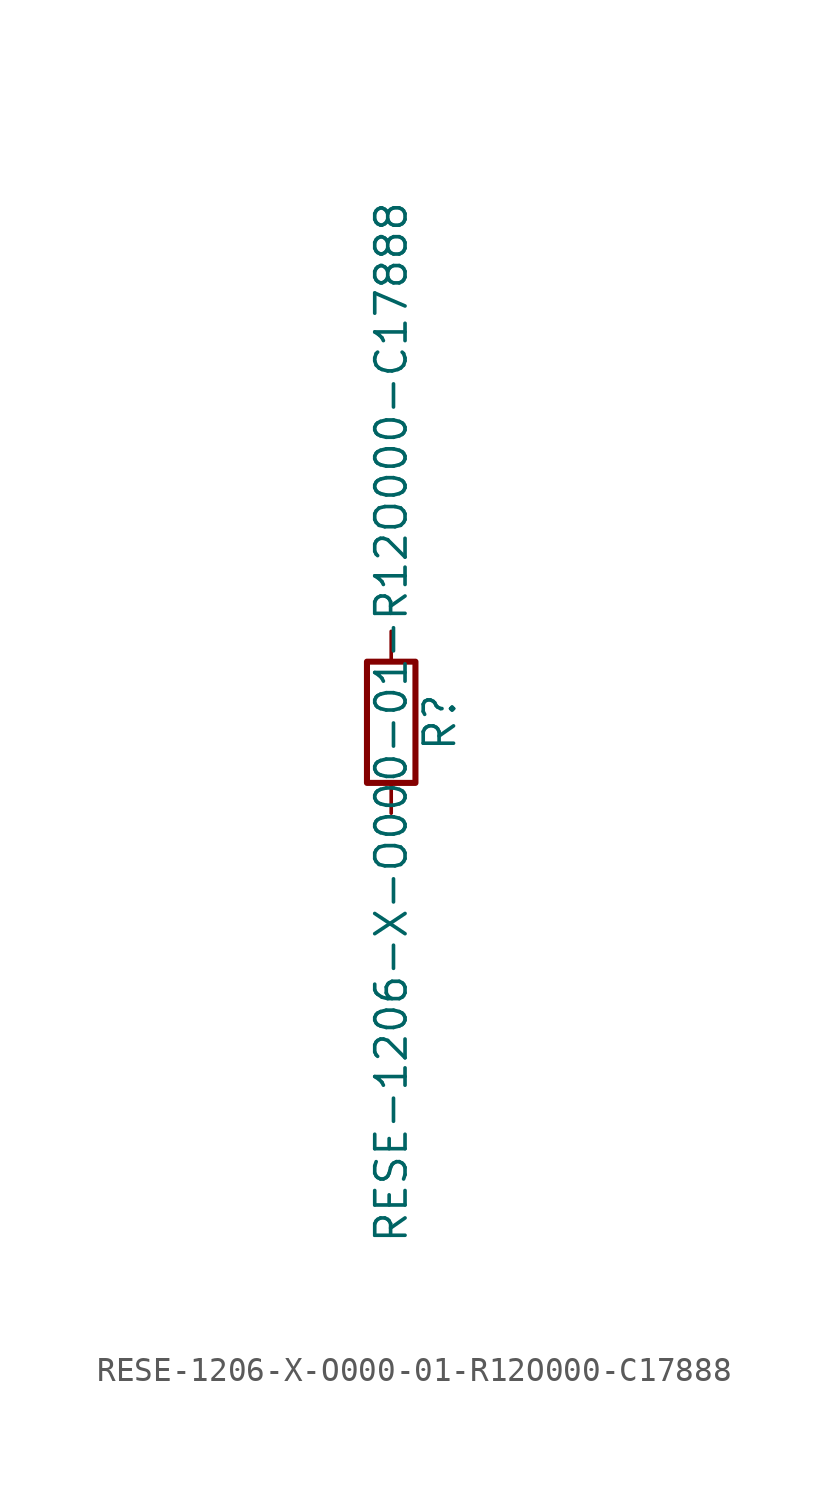
<source format=kicad_sym>
(kicad_symbol_lib
  (version 20211014)
  (generator kicad_symbol_editor)
  (symbol "RESE-1206-X-O000-01-R12O000-C17888"
    (pin_numbers hide)
    (pin_names
      (offset 0))
    (property "Reference" "R"
      (at 2.032 0 90)
      (effects (font (size 1.27 1.27))))
    (property "Value" "RESE-1206-X-O000-01-R12O000-C17888"
      (at 0 0 90)
      (effects (font (size 1.27 1.27))))
    (symbol "RESE-1206-X-O000-01-R12O000-C17888_0_1"
      (rectangle (start -1.016 -2.54) (end 1.016 2.54) (stroke (width 0.254) (type default) (color 0 0 0 0)) (fill (type none))))
    (symbol "RESE-1206-X-O000-01-R12O000-C17888_1_1"
      (pin passive line (at 0 3.81 270) (length 1.27) (name "~" (effects (font (size 1.27 1.27)))) (number "1" (effects (font (size 1.27 1.27)))))
      (pin passive line (at 0 -3.81 90) (length 1.27) (name "~" (effects (font (size 1.27 1.27)))) (number "2" (effects (font (size 1.27 1.27))))))))
</source>
